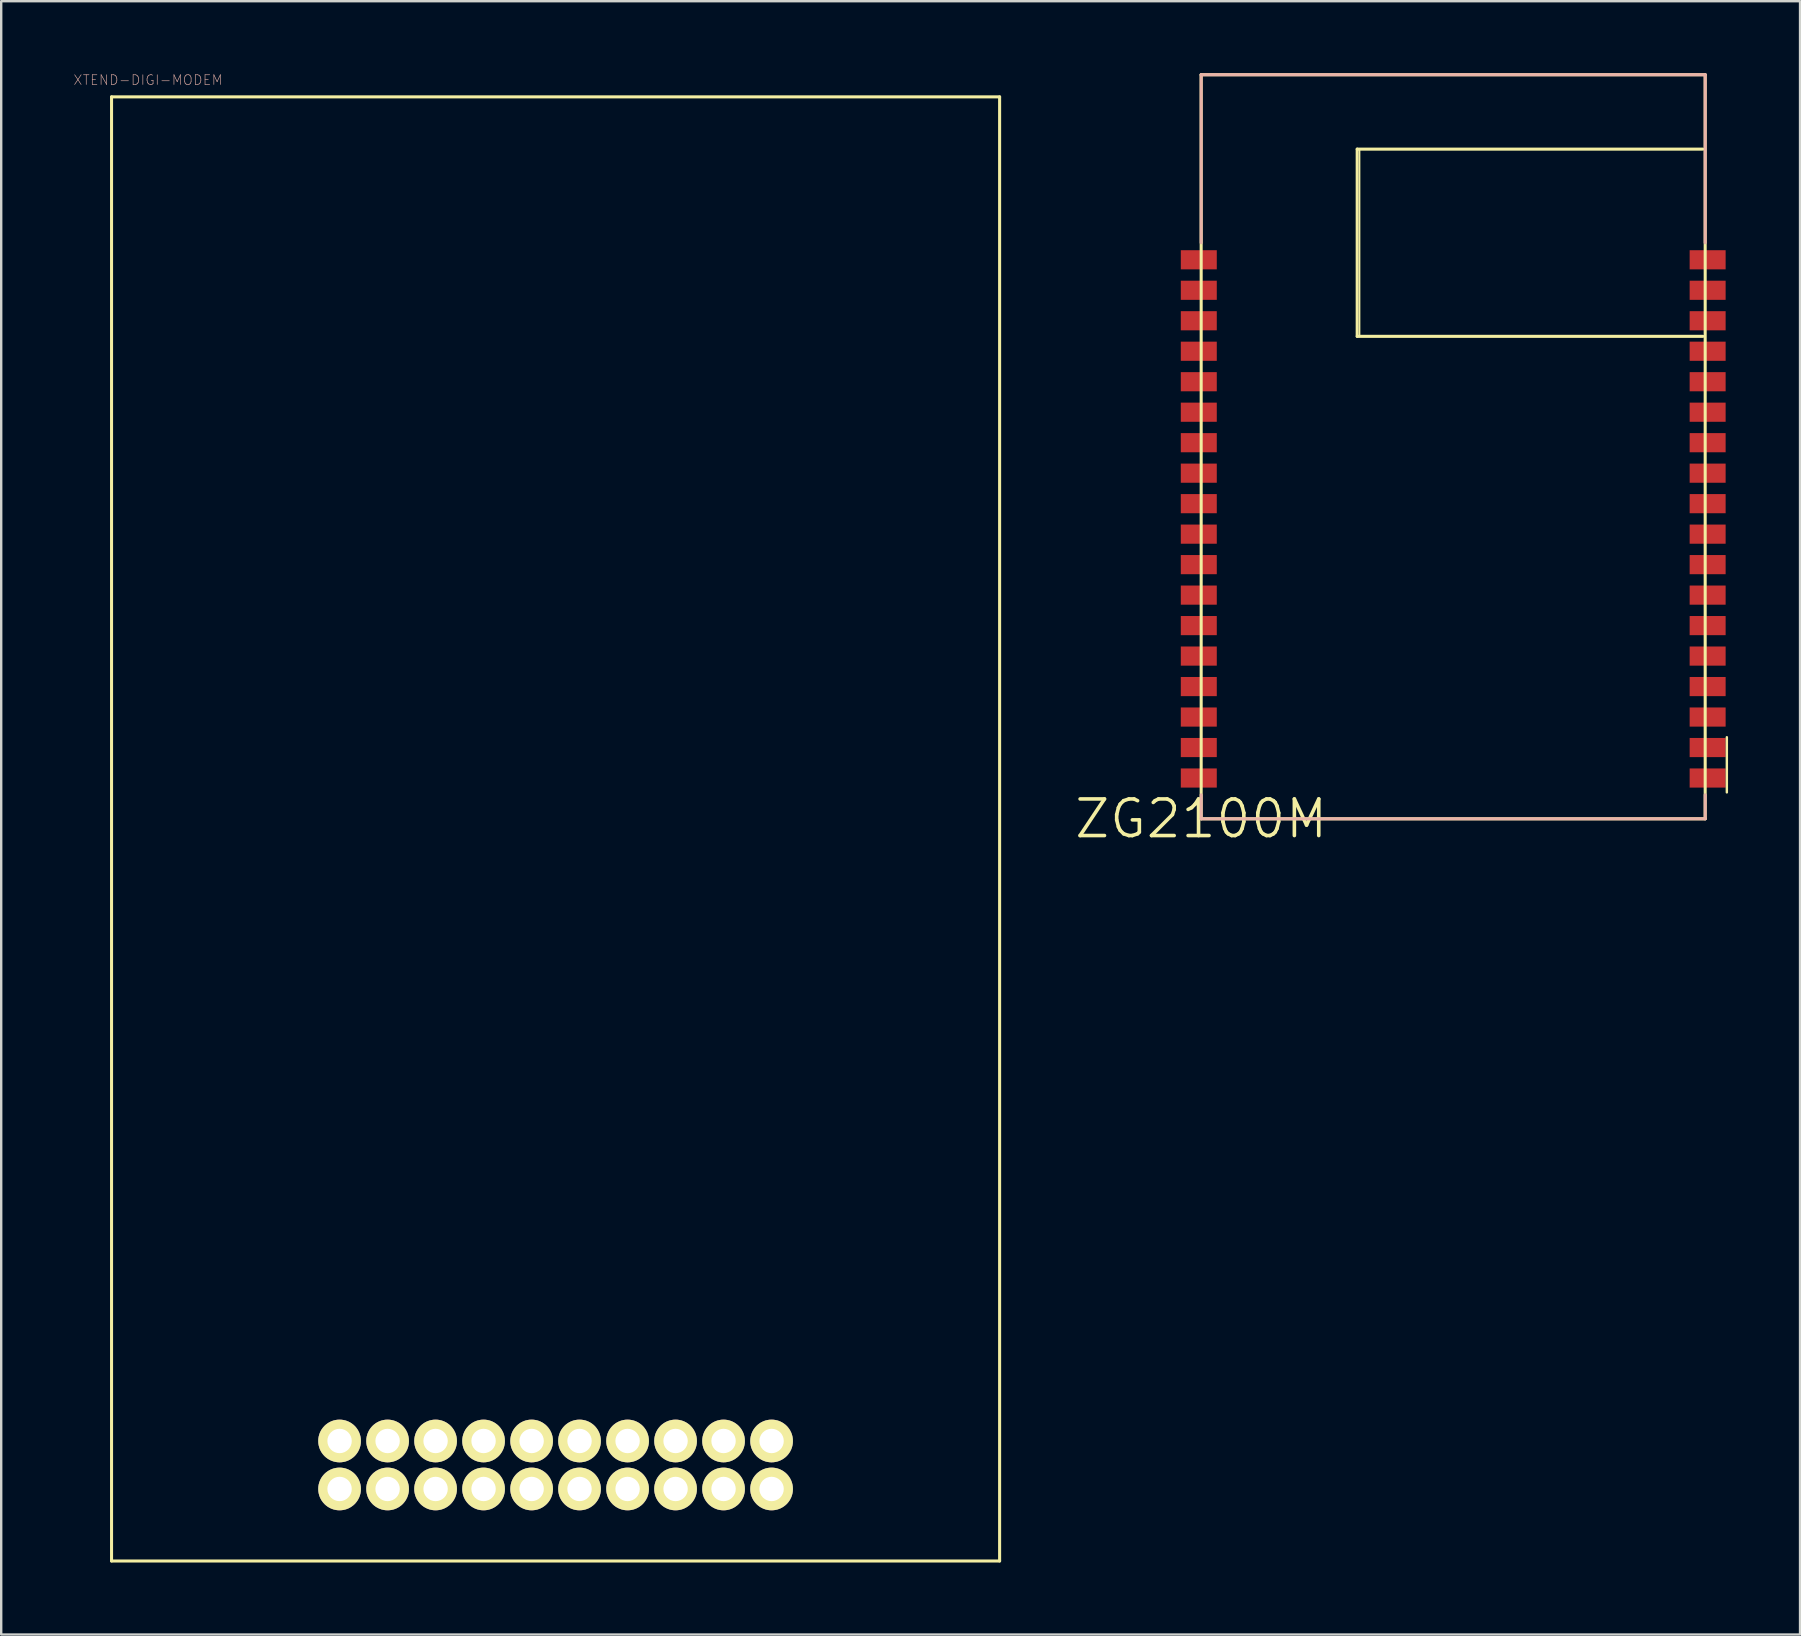
<source format=kicad_pcb>
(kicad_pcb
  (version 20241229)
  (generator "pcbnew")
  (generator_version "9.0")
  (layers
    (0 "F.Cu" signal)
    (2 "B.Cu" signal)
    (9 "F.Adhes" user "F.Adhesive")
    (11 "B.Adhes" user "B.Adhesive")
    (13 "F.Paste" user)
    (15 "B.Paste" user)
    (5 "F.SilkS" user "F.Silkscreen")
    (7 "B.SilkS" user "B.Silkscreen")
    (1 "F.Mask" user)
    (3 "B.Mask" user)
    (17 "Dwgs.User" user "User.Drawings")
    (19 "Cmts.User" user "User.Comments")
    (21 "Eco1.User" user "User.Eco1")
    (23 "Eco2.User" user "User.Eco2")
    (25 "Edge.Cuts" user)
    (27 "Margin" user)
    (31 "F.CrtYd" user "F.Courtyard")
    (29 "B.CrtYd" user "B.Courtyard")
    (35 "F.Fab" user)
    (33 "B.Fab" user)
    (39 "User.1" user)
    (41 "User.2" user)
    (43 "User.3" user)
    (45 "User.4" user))
  (footprint "ZG2100M"
    (layer "F.Cu")
    (at 46.992 31.062)
    (property "Reference" "ZG2100M" (at 0 0 0) (layer "F.SilkS") (effects (font (size 1.524 1.524) (thickness 0.15))))
    (attr smd)
    (fp_line (start 0 -30.998) (end 0 0) (stroke (width 0.127) (type solid)) (layer "F.SilkS"))
    (fp_line (start 0 0) (end 20.998 0) (stroke (width 0.127) (type solid)) (layer "F.SilkS"))
    (fp_line (start 6.5 -27.899) (end 6.5 -20.099) (stroke (width 0.127) (type solid)) (layer "F.SilkS"))
    (fp_line (start 6.5 -20.099) (end 20.899 -20.099) (stroke (width 0.127) (type solid)) (layer "F.SilkS"))
    (fp_line (start 6.599 -27.899) (end 20.998 -27.899) (stroke (width 0.066) (type solid)) (layer "F.SilkS"))
    (fp_line (start 6.599 -20.099) (end 6.599 -27.899) (stroke (width 0.066) (type solid)) (layer "F.SilkS"))
    (fp_line (start 6.599 -20.099) (end 20.998 -20.099) (stroke (width 0.066) (type solid)) (layer "F.SilkS"))
    (fp_line (start 20.899 -27.899) (end 6.5 -27.899) (stroke (width 0.127) (type solid)) (layer "F.SilkS"))
    (fp_line (start 20.998 -30.998) (end 0 -30.998) (stroke (width 0.127) (type solid)) (layer "F.SilkS"))
    (fp_line (start 20.998 -20.099) (end 20.998 -27.899) (stroke (width 0.066) (type solid)) (layer "F.SilkS"))
    (fp_line (start 20.998 0) (end 20.998 -30.998) (stroke (width 0.127) (type solid)) (layer "F.SilkS"))
    (fp_line (start 21.9 -1.1) (end 21.9 -3.399) (stroke (width 0.1) (type solid)) (layer "F.SilkS"))
    (fp_line (start 0 -30.998) (end 20.998 -30.998) (stroke (width 0.127) (type solid)) (layer "B.SilkS"))
    (fp_line (start 0 -23.998) (end 0 -30.998) (stroke (width 0.127) (type solid)) (layer "B.SilkS"))
    (fp_line (start 0 -0.998) (end 0 0) (stroke (width 0.127) (type solid)) (layer "B.SilkS"))
    (fp_line (start 0 0) (end 20.998 0) (stroke (width 0.127) (type solid)) (layer "B.SilkS"))
    (fp_line (start 20.998 -30.998) (end 20.998 -23.998) (stroke (width 0.127) (type solid)) (layer "B.SilkS"))
    (fp_line (start 20.998 0) (end 20.998 -0.998) (stroke (width 0.127) (type solid)) (layer "B.SilkS"))
    (pad "1" smd rect (at 21.1 -1.699 90) (size 0.798 1.499) (layers "F.Cu" "F.Mask" "F.Paste"))
    (pad "2" smd rect (at 21.1 -2.969 90) (size 0.798 1.499) (layers "F.Cu" "F.Mask" "F.Paste"))
    (pad "3" smd rect (at 21.1 -4.239 90) (size 0.798 1.499) (layers "F.Cu" "F.Mask" "F.Paste"))
    (pad "4" smd rect (at 21.1 -5.509 90) (size 0.798 1.499) (layers "F.Cu" "F.Mask" "F.Paste"))
    (pad "5" smd rect (at 21.1 -6.779 90) (size 0.798 1.499) (layers "F.Cu" "F.Mask" "F.Paste"))
    (pad "6" smd rect (at 21.1 -8.049 90) (size 0.798 1.499) (layers "F.Cu" "F.Mask" "F.Paste"))
    (pad "7" smd rect (at 21.1 -9.319 90) (size 0.798 1.499) (layers "F.Cu" "F.Mask" "F.Paste"))
    (pad "8" smd rect (at 21.1 -10.589 90) (size 0.798 1.499) (layers "F.Cu" "F.Mask" "F.Paste"))
    (pad "9" smd rect (at 21.1 -11.859 90) (size 0.798 1.499) (layers "F.Cu" "F.Mask" "F.Paste"))
    (pad "10" smd rect (at 21.1 -13.129 90) (size 0.798 1.499) (layers "F.Cu" "F.Mask" "F.Paste"))
    (pad "11" smd rect (at 21.1 -14.399 90) (size 0.798 1.499) (layers "F.Cu" "F.Mask" "F.Paste"))
    (pad "12" smd rect (at 21.1 -15.669 90) (size 0.798 1.499) (layers "F.Cu" "F.Mask" "F.Paste"))
    (pad "13" smd rect (at 21.1 -16.939 90) (size 0.798 1.499) (layers "F.Cu" "F.Mask" "F.Paste"))
    (pad "14" smd rect (at 21.1 -18.209 90) (size 0.798 1.499) (layers "F.Cu" "F.Mask" "F.Paste"))
    (pad "15" smd rect (at 21.1 -19.479 90) (size 0.798 1.499) (layers "F.Cu" "F.Mask" "F.Paste"))
    (pad "16" smd rect (at 21.1 -20.749 90) (size 0.798 1.499) (layers "F.Cu" "F.Mask" "F.Paste"))
    (pad "17" smd rect (at 21.1 -22.019 90) (size 0.798 1.499) (layers "F.Cu" "F.Mask" "F.Paste"))
    (pad "18" smd rect (at 21.1 -23.289 90) (size 0.798 1.499) (layers "F.Cu" "F.Mask" "F.Paste"))
    (pad "19" smd rect (at -0.099 -23.289 90) (size 0.798 1.499) (layers "F.Cu" "F.Mask" "F.Paste"))
    (pad "20" smd rect (at -0.099 -22.019 90) (size 0.798 1.499) (layers "F.Cu" "F.Mask" "F.Paste"))
    (pad "21" smd rect (at -0.099 -20.749 90) (size 0.798 1.499) (layers "F.Cu" "F.Mask" "F.Paste"))
    (pad "22" smd rect (at -0.099 -19.479 90) (size 0.798 1.499) (layers "F.Cu" "F.Mask" "F.Paste"))
    (pad "23" smd rect (at -0.099 -18.209 90) (size 0.798 1.499) (layers "F.Cu" "F.Mask" "F.Paste"))
    (pad "24" smd rect (at -0.099 -16.939 90) (size 0.798 1.499) (layers "F.Cu" "F.Mask" "F.Paste"))
    (pad "25" smd rect (at -0.099 -15.669 90) (size 0.798 1.499) (layers "F.Cu" "F.Mask" "F.Paste"))
    (pad "26" smd rect (at -0.099 -14.399 90) (size 0.798 1.499) (layers "F.Cu" "F.Mask" "F.Paste"))
    (pad "27" smd rect (at -0.099 -13.129 90) (size 0.798 1.499) (layers "F.Cu" "F.Mask" "F.Paste"))
    (pad "28" smd rect (at -0.099 -11.859 90) (size 0.798 1.499) (layers "F.Cu" "F.Mask" "F.Paste"))
    (pad "29" smd rect (at -0.099 -10.589 90) (size 0.798 1.499) (layers "F.Cu" "F.Mask" "F.Paste"))
    (pad "30" smd rect (at -0.099 -9.319 90) (size 0.798 1.499) (layers "F.Cu" "F.Mask" "F.Paste"))
    (pad "31" smd rect (at -0.099 -8.049 90) (size 0.798 1.499) (layers "F.Cu" "F.Mask" "F.Paste"))
    (pad "32" smd rect (at -0.099 -6.779 90) (size 0.798 1.499) (layers "F.Cu" "F.Mask" "F.Paste"))
    (pad "33" smd rect (at -0.099 -5.509 90) (size 0.798 1.499) (layers "F.Cu" "F.Mask" "F.Paste"))
    (pad "34" smd rect (at -0.099 -4.239 90) (size 0.798 1.499) (layers "F.Cu" "F.Mask" "F.Paste"))
    (pad "35" smd rect (at -0.099 -2.969 90) (size 0.798 1.499) (layers "F.Cu" "F.Mask" "F.Paste"))
    (pad "36" smd rect (at -0.099 -1.699 90) (size 0.798 1.499) (layers "F.Cu" "F.Mask" "F.Paste")))
  (footprint "XTEND-DIGI-MODEM"
    (layer "F.Cu")
    (at 20.096 31.484)
    (property "Reference" "XTEND-DIGI-MODEM" (at -16.982 -31.201 0) (layer "B.SilkS") (effects (font (size 0.406 0.406) (thickness 0.025))))
    (attr exclude_from_pos_files exclude_from_bom)
    (fp_line (start -18.499 -30.498) (end 18.499 -30.498) (stroke (width 0.127) (type solid)) (layer "F.SilkS"))
    (fp_line (start -18.499 30.498) (end -18.499 -30.498) (stroke (width 0.127) (type solid)) (layer "F.SilkS"))
    (fp_line (start -18.499 30.498) (end 18.499 30.498) (stroke (width 0.127) (type solid)) (layer "F.SilkS"))
    (fp_line (start 18.499 30.498) (end 18.499 -30.498) (stroke (width 0.127) (type solid)) (layer "F.SilkS"))
    (pad "1" thru_hole circle (at -8.999 27.498) (size 1.778 1.778) (drill 1.016) (layers "*.Cu" "F.Mask" "F.SilkS" "F.Paste"))
    (pad "2" thru_hole circle (at -8.999 25.499) (size 1.778 1.778) (drill 1.016) (layers "*.Cu" "F.Mask" "F.SilkS" "F.Paste"))
    (pad "3" thru_hole circle (at -6.998 27.498) (size 1.778 1.778) (drill 1.016) (layers "*.Cu" "F.Mask" "F.SilkS" "F.Paste"))
    (pad "4" thru_hole circle (at -6.998 25.499) (size 1.778 1.778) (drill 1.016) (layers "*.Cu" "F.Mask" "F.SilkS" "F.Paste"))
    (pad "5" thru_hole circle (at -4.999 27.498) (size 1.778 1.778) (drill 1.016) (layers "*.Cu" "F.Mask" "F.SilkS" "F.Paste"))
    (pad "6" thru_hole circle (at -4.999 25.499) (size 1.778 1.778) (drill 1.016) (layers "*.Cu" "F.Mask" "F.SilkS" "F.Paste"))
    (pad "7" thru_hole circle (at -3 27.498) (size 1.778 1.778) (drill 1.016) (layers "*.Cu" "F.Mask" "F.SilkS" "F.Paste"))
    (pad "8" thru_hole circle (at -3 25.499) (size 1.778 1.778) (drill 1.016) (layers "*.Cu" "F.Mask" "F.SilkS" "F.Paste"))
    (pad "9" thru_hole circle (at -0.998 27.498) (size 1.778 1.778) (drill 1.016) (layers "*.Cu" "F.Mask" "F.SilkS" "F.Paste"))
    (pad "10" thru_hole circle (at -0.998 25.499) (size 1.778 1.778) (drill 1.016) (layers "*.Cu" "F.Mask" "F.SilkS" "F.Paste"))
    (pad "11" thru_hole circle (at 0.998 27.498) (size 1.778 1.778) (drill 1.016) (layers "*.Cu" "F.Mask" "F.SilkS" "F.Paste"))
    (pad "12" thru_hole circle (at 0.998 25.499) (size 1.778 1.778) (drill 1.016) (layers "*.Cu" "F.Mask" "F.SilkS" "F.Paste"))
    (pad "13" thru_hole circle (at 3 27.498) (size 1.778 1.778) (drill 1.016) (layers "*.Cu" "F.Mask" "F.SilkS" "F.Paste"))
    (pad "14" thru_hole circle (at 3 25.499) (size 1.778 1.778) (drill 1.016) (layers "*.Cu" "F.Mask" "F.SilkS" "F.Paste"))
    (pad "15" thru_hole circle (at 4.999 27.498) (size 1.778 1.778) (drill 1.016) (layers "*.Cu" "F.Mask" "F.SilkS" "F.Paste"))
    (pad "16" thru_hole circle (at 4.999 25.499) (size 1.778 1.778) (drill 1.016) (layers "*.Cu" "F.Mask" "F.SilkS" "F.Paste"))
    (pad "17" thru_hole circle (at 6.998 27.498) (size 1.778 1.778) (drill 1.016) (layers "*.Cu" "F.Mask" "F.SilkS" "F.Paste"))
    (pad "18" thru_hole circle (at 6.998 25.499) (size 1.778 1.778) (drill 1.016) (layers "*.Cu" "F.Mask" "F.SilkS" "F.Paste"))
    (pad "19" thru_hole circle (at 8.999 27.498) (size 1.778 1.778) (drill 1.016) (layers "*.Cu" "F.Mask" "F.SilkS" "F.Paste"))
    (pad "20" thru_hole circle (at 8.999 25.499) (size 1.778 1.778) (drill 1.016) (layers "*.Cu" "F.Mask" "F.SilkS" "F.Paste")))
  (gr_rect
    (start -3 -3)
    (end 71.942 65.045)
    (stroke (width 0.1) (type default))
    (fill no)
    (layer "Edge.Cuts")))
</source>
